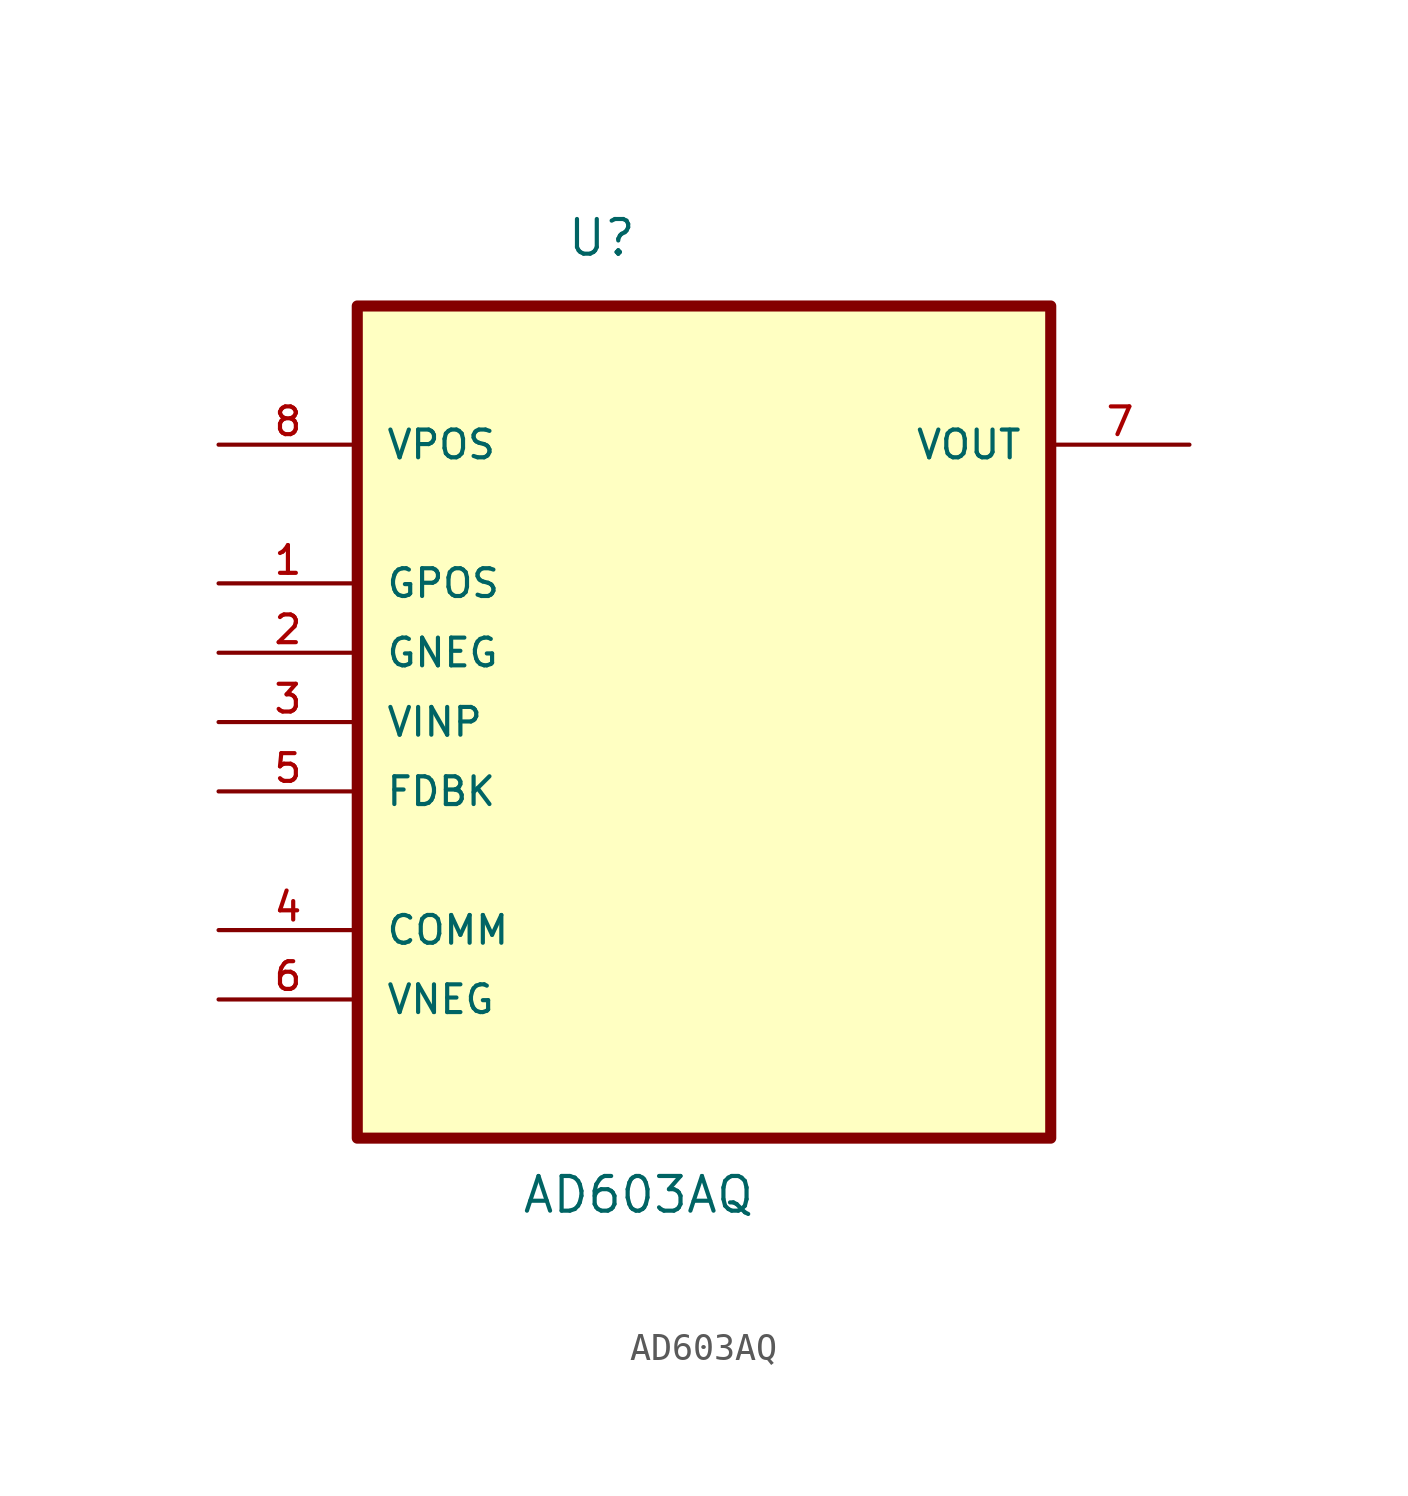
<source format=kicad_sym>
(kicad_symbol_lib
  (version 20211014)
  (generator kicad_symbol_editor)
  (symbol "AD603AQ"
    (pin_names
      (offset 1.016))
    (property "Reference" "U"
      (at -5.055 14.453 0)
      (effects (font (size 1.27 1.27)) (justify left bottom)))
    (property "Value" "AD603AQ"
      (at -6.706 -20.599 0)
      (effects (font (size 1.27 1.27)) (justify left bottom)))
    (property "ki_locked" ""
      (at 0 0 0)
      (effects (font (size 1.27 1.27))))
    (symbol "AD603AQ_0_0"
      (rectangle (start -12.7 -17.78) (end 12.7 12.7) (stroke (width 0.406) (type default) (color 0 0 0 0)) (fill (type background)))
      (pin input line (at -17.78 2.54 0) (length 5.08) (name "GPOS" (effects (font (size 1.016 1.016)))) (number "1" (effects (font (size 1.016 1.016)))))
      (pin input line (at -17.78 0 0) (length 5.08) (name "GNEG" (effects (font (size 1.016 1.016)))) (number "2" (effects (font (size 1.016 1.016)))))
      (pin input line (at -17.78 -2.54 0) (length 5.08) (name "VINP" (effects (font (size 1.016 1.016)))) (number "3" (effects (font (size 1.016 1.016)))))
      (pin passive line (at -17.78 -10.16 0) (length 5.08) (name "COMM" (effects (font (size 1.016 1.016)))) (number "4" (effects (font (size 1.016 1.016)))))
      (pin passive line (at -17.78 -5.08 0) (length 5.08) (name "FDBK" (effects (font (size 1.016 1.016)))) (number "5" (effects (font (size 1.016 1.016)))))
      (pin power_in line (at -17.78 -12.7 0) (length 5.08) (name "VNEG" (effects (font (size 1.016 1.016)))) (number "6" (effects (font (size 1.016 1.016)))))
      (pin output line (at 17.78 7.62 180) (length 5.08) (name "VOUT" (effects (font (size 1.016 1.016)))) (number "7" (effects (font (size 1.016 1.016)))))
      (pin power_in line (at -17.78 7.62 0) (length 5.08) (name "VPOS" (effects (font (size 1.016 1.016)))) (number "8" (effects (font (size 1.016 1.016))))))))
</source>
